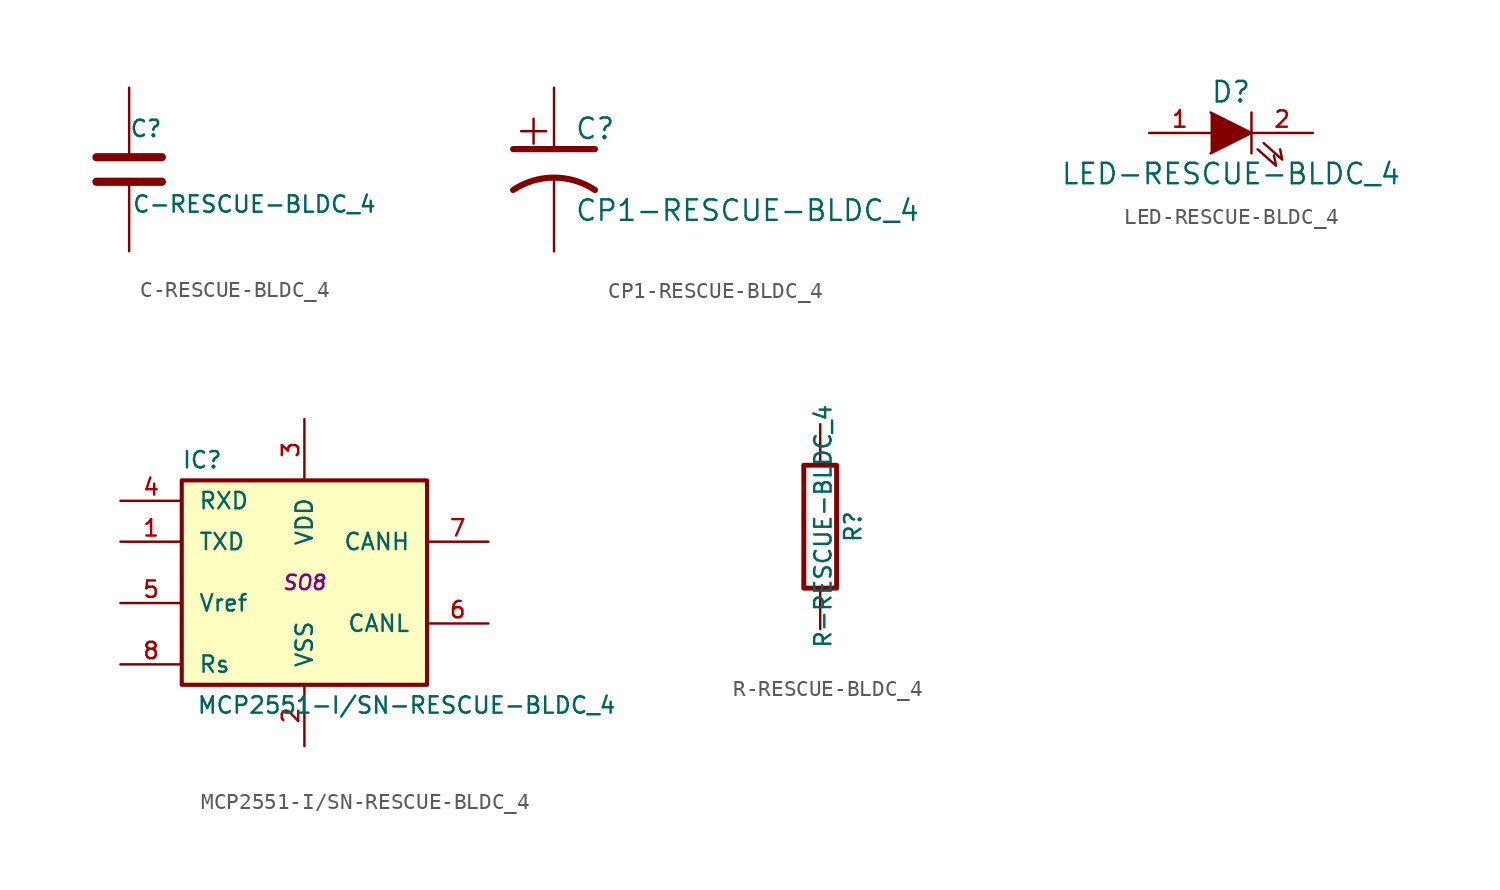
<source format=kicad_sym>
(kicad_symbol_lib
  (version 20231120)
  (generator "kicad_symbol_editor")
  (generator_version "8.0")
  (symbol "C-RESCUE-BLDC_4"
    (pin_numbers hide)
    (pin_names
      (offset 0.254))
    (property "Reference" "C"
      (at 0 2.54 0)
      (effects (font (size 1.016 1.016)) (justify left)))
    (property "Value" "C-RESCUE-BLDC_4"
      (at 0.152 -2.159 0)
      (effects (font (size 1.016 1.016)) (justify left)))
    (property "Footprint" ""
      (at 0.965 -3.81 0)
      (effects (font (size 0.762 0.762))))
    (property "Datasheet" ""
      (at 0 0 0)
      (effects (font (size 1.524 1.524))))
    (symbol "C-RESCUE-BLDC_4_0_1"
      (polyline (pts (xy -2.032 -0.762) (xy 2.032 -0.762)) (stroke (width 0.508) (type solid)) (fill (type none)))
      (polyline (pts (xy -2.032 0.762) (xy 2.032 0.762)) (stroke (width 0.508) (type solid)) (fill (type none))))
    (symbol "C-RESCUE-BLDC_4_1_1"
      (pin passive line (at 0 5.08 270) (length 4.318) (name "~" (effects (font (size 1.016 1.016)))) (number "1" (effects (font (size 1.016 1.016)))))
      (pin passive line (at 0 -5.08 90) (length 4.318) (name "~" (effects (font (size 1.016 1.016)))) (number "2" (effects (font (size 1.016 1.016)))))))
  (symbol "CP1-RESCUE-BLDC_4"
    (pin_numbers hide)
    (pin_names
      (offset 0.254) hide)
    (property "Reference" "C"
      (at 1.27 2.54 0)
      (effects (font (size 1.27 1.27)) (justify left)))
    (property "Value" "CP1-RESCUE-BLDC_4"
      (at 1.27 -2.54 0)
      (effects (font (size 1.27 1.27)) (justify left)))
    (property "Footprint" ""
      (at 0 0 0)
      (effects (font (size 1.524 1.524))))
    (property "Datasheet" ""
      (at 0 0 0)
      (effects (font (size 1.524 1.524))))
    (symbol "CP1-RESCUE-BLDC_4_0_0"
      (text "+" (at -1.27 2.54 0) (effects (font (size 2.032 2.032)))))
    (symbol "CP1-RESCUE-BLDC_4_0_1"
      (polyline (pts (xy -2.54 1.27) (xy 2.54 1.27) (xy 1.27 1.27) (xy 1.27 1.27)) (stroke (width 0.381) (type solid)) (fill (type none)))
      (arc (start 2.54 -1.27) (mid 0 -0.5009) (end -2.54 -1.27) (stroke (width 0.381) (type solid)) (fill (type none))))
    (symbol "CP1-RESCUE-BLDC_4_1_1"
      (pin passive line (at 0 5.08 270) (length 3.81) (name "~" (effects (font (size 1.016 1.016)))) (number "1" (effects (font (size 1.016 1.016)))))
      (pin passive line (at 0 -5.08 90) (length 4.572) (name "~" (effects (font (size 1.016 1.016)))) (number "2" (effects (font (size 1.016 1.016)))))))
  (symbol "LED-RESCUE-BLDC_4"
    (pin_names
      (offset 1.016) hide)
    (property "Reference" "D"
      (at 0 2.54 0)
      (effects (font (size 1.27 1.27))))
    (property "Value" "LED-RESCUE-BLDC_4"
      (at 0 -2.54 0)
      (effects (font (size 1.27 1.27))))
    (property "Footprint" ""
      (at 0 0 0)
      (effects (font (size 1.524 1.524))))
    (property "Datasheet" ""
      (at 0 0 0)
      (effects (font (size 1.524 1.524))))
    (symbol "LED-RESCUE-BLDC_4_0_1"
      (polyline (pts (xy 1.27 1.27) (xy 1.27 -1.27)) (stroke (width 0) (type solid)) (fill (type none)))
      (polyline (pts (xy -1.27 1.27) (xy 1.27 0) (xy -1.27 -1.27)) (stroke (width 0) (type solid)) (fill (type outline)))
      (polyline (pts (xy 1.651 -1.016) (xy 2.794 -2.032) (xy 2.667 -1.397)) (stroke (width 0) (type solid)) (fill (type none)))
      (polyline (pts (xy 2.032 -0.635) (xy 3.175 -1.651) (xy 3.048 -1.016)) (stroke (width 0) (type solid)) (fill (type none))))
    (symbol "LED-RESCUE-BLDC_4_1_1"
      (pin passive line (at -5.08 0 0) (length 3.81) (name "A" (effects (font (size 1.016 1.016)))) (number "1" (effects (font (size 1.016 1.016)))))
      (pin passive line (at 5.08 0 180) (length 3.81) (name "K" (effects (font (size 1.016 1.016)))) (number "2" (effects (font (size 1.016 1.016)))))))
  (symbol "MCP2551-I/SN-RESCUE-BLDC_4"
    (pin_names
      (offset 1.016))
    (property "Reference" "IC"
      (at -6.35 7.62 0)
      (effects (font (size 1.016 1.016))))
    (property "Value" "MCP2551-I/SN-RESCUE-BLDC_4"
      (at 6.35 -7.62 0)
      (effects (font (size 1.016 1.016))))
    (property "Footprint" "SO8"
      (at 0 0 0)
      (effects (font (size 0.889 0.889) (italic yes))))
    (property "Datasheet" ""
      (at 0 0 0)
      (effects (font (size 1.524 1.524))))
    (symbol "MCP2551-I/SN-RESCUE-BLDC_4_0_1"
      (rectangle (start -7.62 6.35) (end 7.62 -6.35) (stroke (width 0.254) (type solid)) (fill (type background))))
    (symbol "MCP2551-I/SN-RESCUE-BLDC_4_1_1"
      (pin input line (at -11.43 2.54 0) (length 3.81) (name "TXD" (effects (font (size 1.016 1.016)))) (number "1" (effects (font (size 1.016 1.016)))))
      (pin power_in line (at 0 -10.16 90) (length 3.81) (name "VSS" (effects (font (size 1.016 1.016)))) (number "2" (effects (font (size 1.016 1.016)))))
      (pin power_in line (at 0 10.16 270) (length 3.81) (name "VDD" (effects (font (size 1.016 1.016)))) (number "3" (effects (font (size 1.016 1.016)))))
      (pin output line (at -11.43 5.08 0) (length 3.81) (name "RXD" (effects (font (size 1.016 1.016)))) (number "4" (effects (font (size 1.016 1.016)))))
      (pin input line (at -11.43 -1.27 0) (length 3.81) (name "Vref" (effects (font (size 1.016 1.016)))) (number "5" (effects (font (size 1.016 1.016)))))
      (pin bidirectional line (at 11.43 -2.54 180) (length 3.81) (name "CANL" (effects (font (size 1.016 1.016)))) (number "6" (effects (font (size 1.016 1.016)))))
      (pin bidirectional line (at 11.43 2.54 180) (length 3.81) (name "CANH" (effects (font (size 1.016 1.016)))) (number "7" (effects (font (size 1.016 1.016)))))
      (pin input line (at -11.43 -5.08 0) (length 3.81) (name "Rs" (effects (font (size 1.016 1.016)))) (number "8" (effects (font (size 1.016 1.016)))))))
  (symbol "R-RESCUE-BLDC_4"
    (pin_numbers hide)
    (pin_names
      (offset 0))
    (property "Reference" "R"
      (at 2.032 0 90)
      (effects (font (size 1.016 1.016))))
    (property "Value" "R-RESCUE-BLDC_4"
      (at 0.178 0.025 90)
      (effects (font (size 1.016 1.016))))
    (property "Footprint" ""
      (at -1.778 0 90)
      (effects (font (size 0.762 0.762))))
    (property "Datasheet" ""
      (at 0 0 0)
      (effects (font (size 0.762 0.762))))
    (symbol "R-RESCUE-BLDC_4_0_1"
      (rectangle (start -1.016 3.81) (end 1.016 -3.81) (stroke (width 0.305) (type solid)) (fill (type none))))
    (symbol "R-RESCUE-BLDC_4_1_1"
      (pin passive line (at 0 6.35 270) (length 2.54) (name "~" (effects (font (size 1.524 1.524)))) (number "1" (effects (font (size 1.524 1.524)))))
      (pin passive line (at 0 -6.35 90) (length 2.54) (name "~" (effects (font (size 1.524 1.524)))) (number "2" (effects (font (size 1.524 1.524))))))))
</source>
